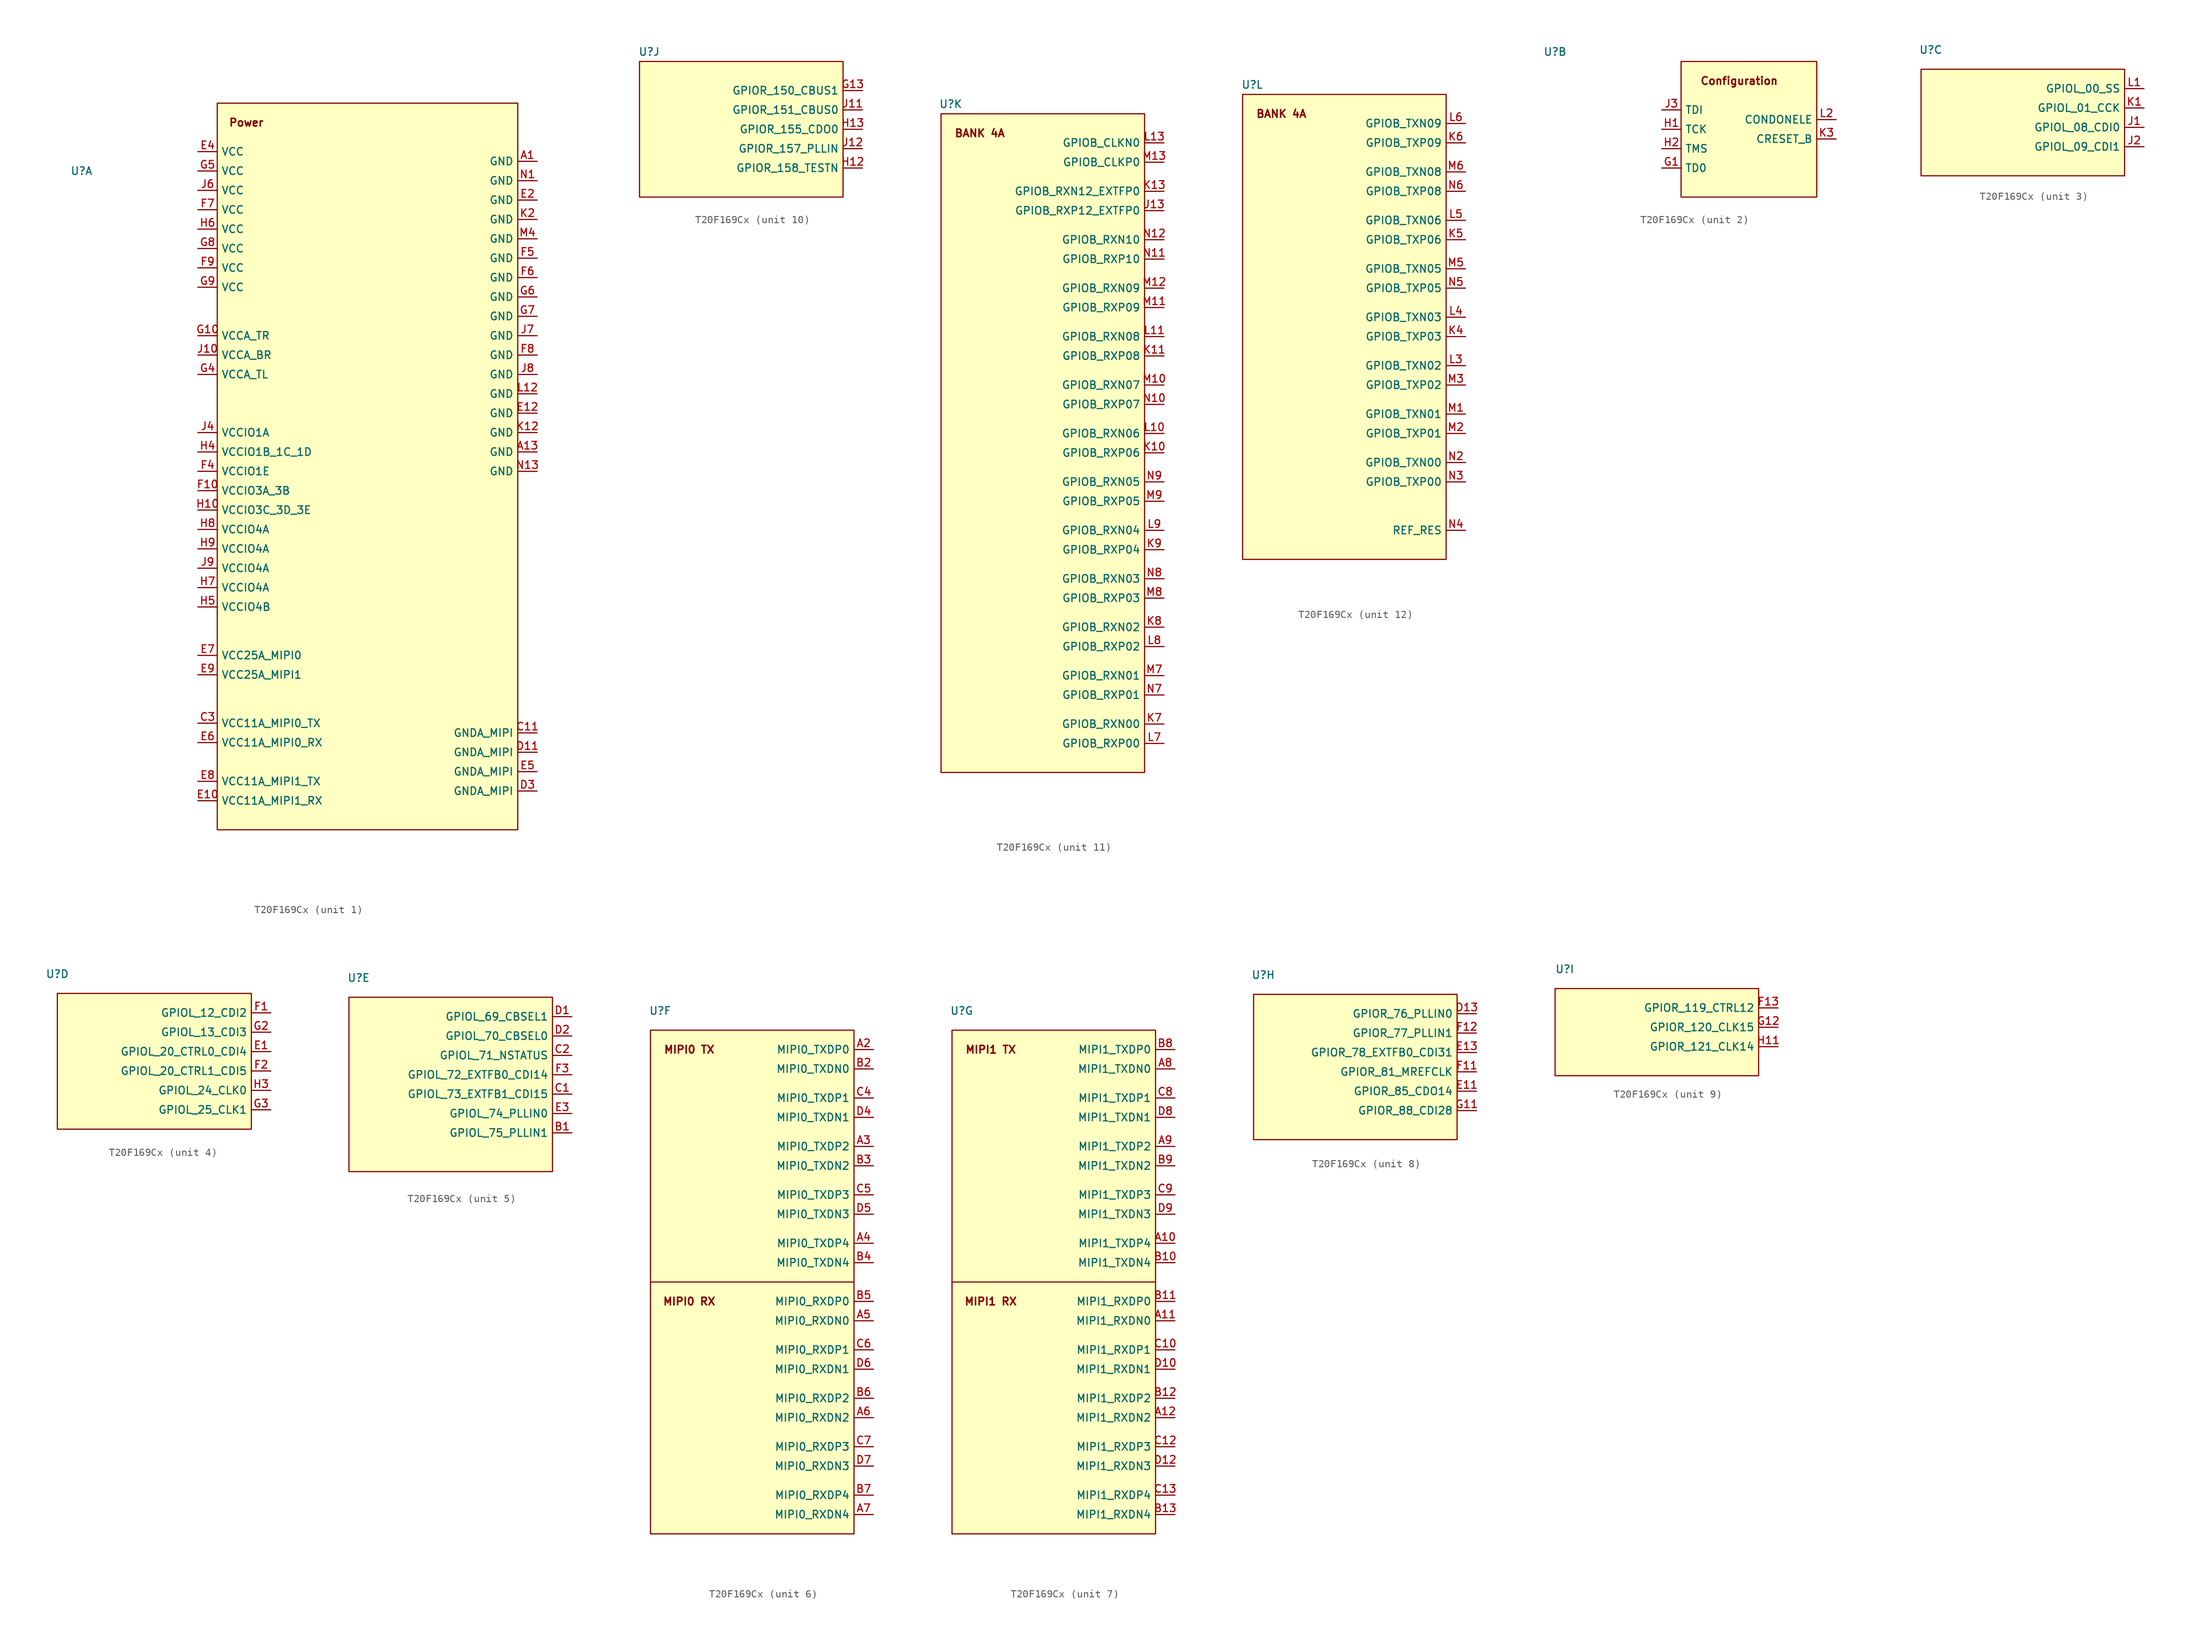
<source format=kicad_sym>
(kicad_symbol_lib
  (version 20230620)
  (generator kicad_symbol_editor)
  (symbol "T20F169Cx"
    (property "Reference" "U"
      (at -25.4 5.08 0)
      (effects (font (size 1 1))))
    (property "Value" ""
      (at -6.35 -5.08 0)
      (effects (font (size 1 1))))
    (property "ki_locked" ""
      (at 0 0 0)
      (effects (font (size 1.27 1.27))))
    (symbol "T20F169Cx_1_1"
      (rectangle (start -7.62 13.97) (end 31.75 -81.28) (stroke (width 0) (type default)) (fill (type background)))
      (text "Power" (at -3.81 11.43 0) (effects (font (size 1 1) bold)))
      (pin power_in line (at 34.29 6.35 180) (length 2.54) (name "GND" (effects (font (size 1 1)))) (number "A1" (effects (font (size 1 1)))))
      (pin power_in line (at 34.29 -31.75 180) (length 2.54) (name "GND" (effects (font (size 1 1)))) (number "A13" (effects (font (size 1 1)))))
      (pin power_in line (at 34.29 -68.58 180) (length 2.54) (name "GNDA_MIPI" (effects (font (size 1 1)))) (number "C11" (effects (font (size 1 1)))))
      (pin power_in line (at -10.16 -67.31 0) (length 2.54) (name "VCC11A_MIPI0_TX" (effects (font (size 1 1)))) (number "C3" (effects (font (size 1 1)))))
      (pin power_in line (at 34.29 -71.12 180) (length 2.54) (name "GNDA_MIPI" (effects (font (size 1 1)))) (number "D11" (effects (font (size 1 1)))))
      (pin power_in line (at 34.29 -76.2 180) (length 2.54) (name "GNDA_MIPI" (effects (font (size 1 1)))) (number "D3" (effects (font (size 1 1)))))
      (pin power_in line (at -10.16 -77.47 0) (length 2.54) (name "VCC11A_MIPI1_RX" (effects (font (size 1 1)))) (number "E10" (effects (font (size 1 1)))))
      (pin power_in line (at 34.29 -26.67 180) (length 2.54) (name "GND" (effects (font (size 1 1)))) (number "E12" (effects (font (size 1 1)))))
      (pin power_in line (at 34.29 1.27 180) (length 2.54) (name "GND" (effects (font (size 1 1)))) (number "E2" (effects (font (size 1 1)))))
      (pin power_in line (at -10.16 7.62 0) (length 2.54) (name "VCC" (effects (font (size 1 1)))) (number "E4" (effects (font (size 1 1)))))
      (pin power_in line (at 34.29 -73.66 180) (length 2.54) (name "GNDA_MIPI" (effects (font (size 1 1)))) (number "E5" (effects (font (size 1 1)))))
      (pin power_in line (at -10.16 -69.85 0) (length 2.54) (name "VCC11A_MIPI0_RX" (effects (font (size 1 1)))) (number "E6" (effects (font (size 1 1)))))
      (pin power_in line (at -10.16 -58.42 0) (length 2.54) (name "VCC25A_MIPI0" (effects (font (size 1 1)))) (number "E7" (effects (font (size 1 1)))))
      (pin power_in line (at -10.16 -74.93 0) (length 2.54) (name "VCC11A_MIPI1_TX" (effects (font (size 1 1)))) (number "E8" (effects (font (size 1 1)))))
      (pin power_in line (at -10.16 -60.96 0) (length 2.54) (name "VCC25A_MIPI1" (effects (font (size 1 1)))) (number "E9" (effects (font (size 1 1)))))
      (pin power_in line (at -10.16 -36.83 0) (length 2.54) (name "VCCIO3A_3B" (effects (font (size 1 1)))) (number "F10" (effects (font (size 1 1)))))
      (pin power_in line (at -10.16 -34.29 0) (length 2.54) (name "VCCIO1E" (effects (font (size 1 1)))) (number "F4" (effects (font (size 1 1)))))
      (pin power_in line (at 34.29 -6.35 180) (length 2.54) (name "GND" (effects (font (size 1 1)))) (number "F5" (effects (font (size 1 1)))))
      (pin power_in line (at 34.29 -8.89 180) (length 2.54) (name "GND" (effects (font (size 1 1)))) (number "F6" (effects (font (size 1 1)))))
      (pin power_in line (at -10.16 0 0) (length 2.54) (name "VCC" (effects (font (size 1 1)))) (number "F7" (effects (font (size 1 1)))))
      (pin power_in line (at 34.29 -19.05 180) (length 2.54) (name "GND" (effects (font (size 1 1)))) (number "F8" (effects (font (size 1 1)))))
      (pin power_in line (at -10.16 -7.62 0) (length 2.54) (name "VCC" (effects (font (size 1 1)))) (number "F9" (effects (font (size 1 1)))))
      (pin power_in line (at -10.16 -16.51 0) (length 2.54) (name "VCCA_TR" (effects (font (size 1 1)))) (number "G10" (effects (font (size 1 1)))))
      (pin power_in line (at -10.16 -21.59 0) (length 2.54) (name "VCCA_TL" (effects (font (size 1 1)))) (number "G4" (effects (font (size 1 1)))))
      (pin power_in line (at -10.16 5.08 0) (length 2.54) (name "VCC" (effects (font (size 1 1)))) (number "G5" (effects (font (size 1 1)))))
      (pin power_in line (at 34.29 -11.43 180) (length 2.54) (name "GND" (effects (font (size 1 1)))) (number "G6" (effects (font (size 1 1)))))
      (pin power_in line (at 34.29 -13.97 180) (length 2.54) (name "GND" (effects (font (size 1 1)))) (number "G7" (effects (font (size 1 1)))))
      (pin power_in line (at -10.16 -5.08 0) (length 2.54) (name "VCC" (effects (font (size 1 1)))) (number "G8" (effects (font (size 1 1)))))
      (pin power_in line (at -10.16 -10.16 0) (length 2.54) (name "VCC" (effects (font (size 1 1)))) (number "G9" (effects (font (size 1 1)))))
      (pin power_in line (at -10.16 -39.37 0) (length 2.54) (name "VCCIO3C_3D_3E" (effects (font (size 1 1)))) (number "H10" (effects (font (size 1 1)))))
      (pin power_in line (at -10.16 -31.75 0) (length 2.54) (name "VCCIO1B_1C_1D" (effects (font (size 1 1)))) (number "H4" (effects (font (size 1 1)))))
      (pin power_in line (at -10.16 -52.07 0) (length 2.54) (name "VCCIO4B" (effects (font (size 1 1)))) (number "H5" (effects (font (size 1 1)))))
      (pin power_in line (at -10.16 -2.54 0) (length 2.54) (name "VCC" (effects (font (size 1 1)))) (number "H6" (effects (font (size 1 1)))))
      (pin power_in line (at -10.16 -49.53 0) (length 2.54) (name "VCCIO4A" (effects (font (size 1 1)))) (number "H7" (effects (font (size 1 1)))))
      (pin power_in line (at -10.16 -41.91 0) (length 2.54) (name "VCCIO4A" (effects (font (size 1 1)))) (number "H8" (effects (font (size 1 1)))))
      (pin power_in line (at -10.16 -44.45 0) (length 2.54) (name "VCCIO4A" (effects (font (size 1 1)))) (number "H9" (effects (font (size 1 1)))))
      (pin power_in line (at -10.16 -19.05 0) (length 2.54) (name "VCCA_BR" (effects (font (size 1 1)))) (number "J10" (effects (font (size 1 1)))))
      (pin power_in line (at -10.16 -29.21 0) (length 2.54) (name "VCCIO1A" (effects (font (size 1 1)))) (number "J4" (effects (font (size 1 1)))))
      (pin power_in line (at -10.16 2.54 0) (length 2.54) (name "VCC" (effects (font (size 1 1)))) (number "J6" (effects (font (size 1 1)))))
      (pin power_in line (at 34.29 -16.51 180) (length 2.54) (name "GND" (effects (font (size 1 1)))) (number "J7" (effects (font (size 1 1)))))
      (pin power_in line (at 34.29 -21.59 180) (length 2.54) (name "GND" (effects (font (size 1 1)))) (number "J8" (effects (font (size 1 1)))))
      (pin power_in line (at -10.16 -46.99 0) (length 2.54) (name "VCCIO4A" (effects (font (size 1 1)))) (number "J9" (effects (font (size 1 1)))))
      (pin power_in line (at 34.29 -29.21 180) (length 2.54) (name "GND" (effects (font (size 1 1)))) (number "K12" (effects (font (size 1 1)))))
      (pin power_in line (at 34.29 -1.27 180) (length 2.54) (name "GND" (effects (font (size 1 1)))) (number "K2" (effects (font (size 1 1)))))
      (pin power_in line (at 34.29 -24.13 180) (length 2.54) (name "GND" (effects (font (size 1 1)))) (number "L12" (effects (font (size 1 1)))))
      (pin power_in line (at 34.29 -3.81 180) (length 2.54) (name "GND" (effects (font (size 1 1)))) (number "M4" (effects (font (size 1 1)))))
      (pin power_in line (at 34.29 3.81 180) (length 2.54) (name "GND" (effects (font (size 1 1)))) (number "N1" (effects (font (size 1 1)))))
      (pin power_in line (at 34.29 -34.29 180) (length 2.54) (name "GND" (effects (font (size 1 1)))) (number "N13" (effects (font (size 1 1))))))
    (symbol "T20F169Cx_2_1"
      (rectangle (start -8.89 3.81) (end 8.89 -13.97) (stroke (width 0) (type default)) (fill (type background)))
      (text "Configuration" (at -1.27 1.27 0) (effects (font (size 1 1) bold)))
      (pin output line (at -11.43 -10.16 0) (length 2.54) (name "TD0" (effects (font (size 1 1)))) (number "G1" (effects (font (size 1 1)))))
      (pin input line (at -11.43 -5.08 0) (length 2.54) (name "TCK" (effects (font (size 1 1)))) (number "H1" (effects (font (size 1 1)))))
      (pin input line (at -11.43 -7.62 0) (length 2.54) (name "TMS" (effects (font (size 1 1)))) (number "H2" (effects (font (size 1 1)))))
      (pin input line (at -11.43 -2.54 0) (length 2.54) (name "TDI" (effects (font (size 1 1)))) (number "J3" (effects (font (size 1 1)))))
      (pin input line (at 11.43 -6.35 180) (length 2.54) (name "CRESET_B" (effects (font (size 1 1)))) (number "K3" (effects (font (size 1 1)))))
      (pin output line (at 11.43 -3.81 180) (length 2.54) (name "CONDONELE" (effects (font (size 1 1)))) (number "L2" (effects (font (size 1 1))))))
    (symbol "T20F169Cx_3_1"
      (rectangle (start -26.67 2.54) (end 0 -11.43) (stroke (width 0) (type default)) (fill (type background)))
      (pin bidirectional line (at 2.54 -5.08 180) (length 2.54) (name "GPIOL_08_CDI0" (effects (font (size 1 1)))) (number "J1" (effects (font (size 1 1)))))
      (pin bidirectional line (at 2.54 -7.62 180) (length 2.54) (name "GPIOL_09_CDI1" (effects (font (size 1 1)))) (number "J2" (effects (font (size 1 1)))))
      (pin bidirectional line (at 2.54 -2.54 180) (length 2.54) (name "GPIOL_01_CCK" (effects (font (size 1 1)))) (number "K1" (effects (font (size 1 1)))))
      (pin bidirectional line (at 2.54 0 180) (length 2.54) (name "GPIOL_00_SS" (effects (font (size 1 1)))) (number "L1" (effects (font (size 1 1))))))
    (symbol "T20F169Cx_4_0"
      (pin bidirectional line (at 2.54 -2.54 180) (length 2.54) (name "GPIOL_13_CDI3" (effects (font (size 1 1)))) (number "G2" (effects (font (size 1 1)))))
      (pin bidirectional line (at 2.54 -12.7 180) (length 2.54) (name "GPIOL_25_CLK1" (effects (font (size 1 1)))) (number "G3" (effects (font (size 1 1)))))
      (pin bidirectional line (at 2.54 -10.16 180) (length 2.54) (name "GPIOL_24_CLK0" (effects (font (size 1 1)))) (number "H3" (effects (font (size 1 1))))))
    (symbol "T20F169Cx_4_1"
      (rectangle (start -25.4 2.54) (end 0 -15.24) (stroke (width 0) (type default)) (fill (type background)))
      (pin bidirectional line (at 2.54 -5.08 180) (length 2.54) (name "GPIOL_20_CTRL0_CDI4" (effects (font (size 1 1)))) (number "E1" (effects (font (size 1 1)))))
      (pin bidirectional line (at 2.54 0 180) (length 2.54) (name "GPIOL_12_CDI2" (effects (font (size 1 1)))) (number "F1" (effects (font (size 1 1)))))
      (pin bidirectional line (at 2.54 -7.62 180) (length 2.54) (name "GPIOL_20_CTRL1_CDI5" (effects (font (size 1 1)))) (number "F2" (effects (font (size 1 1))))))
    (symbol "T20F169Cx_5_0"
      (pin bidirectional line (at 2.54 -15.24 180) (length 2.54) (name "GPIOL_75_PLLIN1" (effects (font (size 1 1)))) (number "B1" (effects (font (size 1 1)))))
      (pin bidirectional line (at 2.54 -10.16 180) (length 2.54) (name "GPIOL_73_EXTFB1_CDI15" (effects (font (size 1 1)))) (number "C1" (effects (font (size 1 1)))))
      (pin bidirectional line (at 2.54 -2.54 180) (length 2.54) (name "GPIOL_70_CBSEL0" (effects (font (size 1 1)))) (number "D2" (effects (font (size 1 1)))))
      (pin bidirectional line (at 2.54 -12.7 180) (length 2.54) (name "GPIOL_74_PLLIN0" (effects (font (size 1 1)))) (number "E3" (effects (font (size 1 1))))))
    (symbol "T20F169Cx_5_1"
      (rectangle (start -26.67 2.54) (end 0 -20.32) (stroke (width 0) (type default)) (fill (type background)))
      (pin bidirectional line (at 2.54 -5.08 180) (length 2.54) (name "GPIOL_71_NSTATUS" (effects (font (size 1 1)))) (number "C2" (effects (font (size 1 1)))))
      (pin bidirectional line (at 2.54 0 180) (length 2.54) (name "GPIOL_69_CBSEL1" (effects (font (size 1 1)))) (number "D1" (effects (font (size 1 1)))))
      (pin bidirectional line (at 2.54 -7.62 180) (length 2.54) (name "GPIOL_72_EXTFB0_CDI14" (effects (font (size 1 1)))) (number "F3" (effects (font (size 1 1))))))
    (symbol "T20F169Cx_6_1"
      (rectangle (start -26.67 2.54) (end 0 -63.5) (stroke (width 0) (type default)) (fill (type background)))
      (polyline (pts (xy -26.67 -30.48) (xy 0 -30.48)) (stroke (width 0) (type default)) (fill (type none)))
      (text "MIPI0 RX" (at -21.59 -33.02 0) (effects (font (size 1 1) bold)))
      (text "MIPI0 TX" (at -21.59 0 0) (effects (font (size 1 1) bold)))
      (pin bidirectional line (at 2.54 0 180) (length 2.54) (name "MIPI0_TXDP0" (effects (font (size 1 1)))) (number "A2" (effects (font (size 1 1)))))
      (pin bidirectional line (at 2.54 -12.7 180) (length 2.54) (name "MIPI0_TXDP2" (effects (font (size 1 1)))) (number "A3" (effects (font (size 1 1)))))
      (pin bidirectional line (at 2.54 -25.4 180) (length 2.54) (name "MIPI0_TXDP4" (effects (font (size 1 1)))) (number "A4" (effects (font (size 1 1)))))
      (pin bidirectional line (at 2.54 -35.56 180) (length 2.54) (name "MIPI0_RXDN0" (effects (font (size 1 1)))) (number "A5" (effects (font (size 1 1)))))
      (pin bidirectional line (at 2.54 -48.26 180) (length 2.54) (name "MIPI0_RXDN2" (effects (font (size 1 1)))) (number "A6" (effects (font (size 1 1)))))
      (pin bidirectional line (at 2.54 -60.96 180) (length 2.54) (name "MIPI0_RXDN4" (effects (font (size 1 1)))) (number "A7" (effects (font (size 1 1)))))
      (pin bidirectional line (at 2.54 -2.54 180) (length 2.54) (name "MIPI0_TXDN0" (effects (font (size 1 1)))) (number "B2" (effects (font (size 1 1)))))
      (pin bidirectional line (at 2.54 -15.24 180) (length 2.54) (name "MIPI0_TXDN2" (effects (font (size 1 1)))) (number "B3" (effects (font (size 1 1)))))
      (pin bidirectional line (at 2.54 -27.94 180) (length 2.54) (name "MIPI0_TXDN4" (effects (font (size 1 1)))) (number "B4" (effects (font (size 1 1)))))
      (pin bidirectional line (at 2.54 -33.02 180) (length 2.54) (name "MIPI0_RXDP0" (effects (font (size 1 1)))) (number "B5" (effects (font (size 1 1)))))
      (pin bidirectional line (at 2.54 -45.72 180) (length 2.54) (name "MIPI0_RXDP2" (effects (font (size 1 1)))) (number "B6" (effects (font (size 1 1)))))
      (pin bidirectional line (at 2.54 -58.42 180) (length 2.54) (name "MIPI0_RXDP4" (effects (font (size 1 1)))) (number "B7" (effects (font (size 1 1)))))
      (pin bidirectional line (at 2.54 -6.35 180) (length 2.54) (name "MIPI0_TXDP1" (effects (font (size 1 1)))) (number "C4" (effects (font (size 1 1)))))
      (pin bidirectional line (at 2.54 -19.05 180) (length 2.54) (name "MIPI0_TXDP3" (effects (font (size 1 1)))) (number "C5" (effects (font (size 1 1)))))
      (pin bidirectional line (at 2.54 -39.37 180) (length 2.54) (name "MIPI0_RXDP1" (effects (font (size 1 1)))) (number "C6" (effects (font (size 1 1)))))
      (pin bidirectional line (at 2.54 -52.07 180) (length 2.54) (name "MIPI0_RXDP3" (effects (font (size 1 1)))) (number "C7" (effects (font (size 1 1)))))
      (pin bidirectional line (at 2.54 -8.89 180) (length 2.54) (name "MIPI0_TXDN1" (effects (font (size 1 1)))) (number "D4" (effects (font (size 1 1)))))
      (pin bidirectional line (at 2.54 -21.59 180) (length 2.54) (name "MIPI0_TXDN3" (effects (font (size 1 1)))) (number "D5" (effects (font (size 1 1)))))
      (pin bidirectional line (at 2.54 -41.91 180) (length 2.54) (name "MIPI0_RXDN1" (effects (font (size 1 1)))) (number "D6" (effects (font (size 1 1)))))
      (pin bidirectional line (at 2.54 -54.61 180) (length 2.54) (name "MIPI0_RXDN3" (effects (font (size 1 1)))) (number "D7" (effects (font (size 1 1))))))
    (symbol "T20F169Cx_7_1"
      (rectangle (start -26.67 2.54) (end 0 -63.5) (stroke (width 0) (type default)) (fill (type background)))
      (polyline (pts (xy 0 -30.48) (xy -26.67 -30.48)) (stroke (width 0) (type default)) (fill (type none)))
      (text "MIPI1 RX" (at -21.59 -33.02 0) (effects (font (size 1 1) bold)))
      (text "MIPI1 TX" (at -21.59 0 0) (effects (font (size 1 1) bold)))
      (pin bidirectional line (at 2.54 -25.4 180) (length 2.54) (name "MIPI1_TXDP4" (effects (font (size 1 1)))) (number "A10" (effects (font (size 1 1)))))
      (pin bidirectional line (at 2.54 -35.56 180) (length 2.54) (name "MIPI1_RXDN0" (effects (font (size 1 1)))) (number "A11" (effects (font (size 1 1)))))
      (pin bidirectional line (at 2.54 -48.26 180) (length 2.54) (name "MIPI1_RXDN2" (effects (font (size 1 1)))) (number "A12" (effects (font (size 1 1)))))
      (pin bidirectional line (at 2.54 -2.54 180) (length 2.54) (name "MIPI1_TXDN0" (effects (font (size 1 1)))) (number "A8" (effects (font (size 1 1)))))
      (pin bidirectional line (at 2.54 -12.7 180) (length 2.54) (name "MIPI1_TXDP2" (effects (font (size 1 1)))) (number "A9" (effects (font (size 1 1)))))
      (pin bidirectional line (at 2.54 -27.94 180) (length 2.54) (name "MIPI1_TXDN4" (effects (font (size 1 1)))) (number "B10" (effects (font (size 1 1)))))
      (pin bidirectional line (at 2.54 -33.02 180) (length 2.54) (name "MIPI1_RXDP0" (effects (font (size 1 1)))) (number "B11" (effects (font (size 1 1)))))
      (pin bidirectional line (at 2.54 -45.72 180) (length 2.54) (name "MIPI1_RXDP2" (effects (font (size 1 1)))) (number "B12" (effects (font (size 1 1)))))
      (pin bidirectional line (at 2.54 -60.96 180) (length 2.54) (name "MIPI1_RXDN4" (effects (font (size 1 1)))) (number "B13" (effects (font (size 1 1)))))
      (pin bidirectional line (at 2.54 0 180) (length 2.54) (name "MIPI1_TXDP0" (effects (font (size 1 1)))) (number "B8" (effects (font (size 1 1)))))
      (pin bidirectional line (at 2.54 -15.24 180) (length 2.54) (name "MIPI1_TXDN2" (effects (font (size 1 1)))) (number "B9" (effects (font (size 1 1)))))
      (pin bidirectional line (at 2.54 -39.37 180) (length 2.54) (name "MIPI1_RXDP1" (effects (font (size 1 1)))) (number "C10" (effects (font (size 1 1)))))
      (pin bidirectional line (at 2.54 -52.07 180) (length 2.54) (name "MIPI1_RXDP3" (effects (font (size 1 1)))) (number "C12" (effects (font (size 1 1)))))
      (pin bidirectional line (at 2.54 -58.42 180) (length 2.54) (name "MIPI1_RXDP4" (effects (font (size 1 1)))) (number "C13" (effects (font (size 1 1)))))
      (pin bidirectional line (at 2.54 -6.35 180) (length 2.54) (name "MIPI1_TXDP1" (effects (font (size 1 1)))) (number "C8" (effects (font (size 1 1)))))
      (pin bidirectional line (at 2.54 -19.05 180) (length 2.54) (name "MIPI1_TXDP3" (effects (font (size 1 1)))) (number "C9" (effects (font (size 1 1)))))
      (pin bidirectional line (at 2.54 -41.91 180) (length 2.54) (name "MIPI1_RXDN1" (effects (font (size 1 1)))) (number "D10" (effects (font (size 1 1)))))
      (pin bidirectional line (at 2.54 -54.61 180) (length 2.54) (name "MIPI1_RXDN3" (effects (font (size 1 1)))) (number "D12" (effects (font (size 1 1)))))
      (pin bidirectional line (at 2.54 -8.89 180) (length 2.54) (name "MIPI1_TXDN1" (effects (font (size 1 1)))) (number "D8" (effects (font (size 1 1)))))
      (pin bidirectional line (at 2.54 -21.59 180) (length 2.54) (name "MIPI1_TXDN3" (effects (font (size 1 1)))) (number "D9" (effects (font (size 1 1))))))
    (symbol "T20F169Cx_8_0"
      (pin bidirectional line (at 2.54 -10.16 180) (length 2.54) (name "GPIOR_85_CDO14" (effects (font (size 1 1)))) (number "E11" (effects (font (size 1 1)))))
      (pin bidirectional line (at 2.54 -2.54 180) (length 2.54) (name "GPIOR_77_PLLIN1" (effects (font (size 1 1)))) (number "F12" (effects (font (size 1 1)))))
      (pin bidirectional line (at 2.54 -12.7 180) (length 2.54) (name "GPIOR_88_CDI28" (effects (font (size 1 1)))) (number "G11" (effects (font (size 1 1))))))
    (symbol "T20F169Cx_8_1"
      (rectangle (start -26.67 2.54) (end 0 -16.51) (stroke (width 0) (type default)) (fill (type background)))
      (pin bidirectional line (at 2.54 0 180) (length 2.54) (name "GPIOR_76_PLLIN0" (effects (font (size 1 1)))) (number "D13" (effects (font (size 1 1)))))
      (pin bidirectional line (at 2.54 -5.08 180) (length 2.54) (name "GPIOR_78_EXTFB0_CDI31" (effects (font (size 1 1)))) (number "E13" (effects (font (size 1 1)))))
      (pin bidirectional line (at 2.54 -7.62 180) (length 2.54) (name "GPIOR_81_MREFCLK" (effects (font (size 1 1)))) (number "F11" (effects (font (size 1 1))))))
    (symbol "T20F169Cx_9_0"
      (pin bidirectional line (at 2.54 -2.54 180) (length 2.54) (name "GPIOR_120_CLK15" (effects (font (size 1 1)))) (number "G12" (effects (font (size 1 1))))))
    (symbol "T20F169Cx_9_1"
      (rectangle (start -26.67 2.54) (end 0 -8.89) (stroke (width 0) (type default)) (fill (type background)))
      (pin bidirectional line (at 2.54 0 180) (length 2.54) (name "GPIOR_119_CTRL12" (effects (font (size 1 1)))) (number "F13" (effects (font (size 1 1)))))
      (pin bidirectional line (at 2.54 -5.08 180) (length 2.54) (name "GPIOR_121_CLK14" (effects (font (size 1 1)))) (number "H11" (effects (font (size 1 1))))))
    (symbol "T20F169Cx_10_0"
      (pin bidirectional line (at 2.54 -10.16 180) (length 2.54) (name "GPIOR_158_TESTN" (effects (font (size 1 1)))) (number "H12" (effects (font (size 1 1)))))
      (pin bidirectional line (at 2.54 -2.54 180) (length 2.54) (name "GPIOR_151_CBUS0" (effects (font (size 1 1)))) (number "J11" (effects (font (size 1 1))))))
    (symbol "T20F169Cx_10_1"
      (rectangle (start -26.67 3.81) (end 0 -13.97) (stroke (width 0) (type default)) (fill (type background)))
      (pin bidirectional line (at 2.54 0 180) (length 2.54) (name "GPIOR_150_CBUS1" (effects (font (size 1 1)))) (number "G13" (effects (font (size 1 1)))))
      (pin bidirectional line (at 2.54 -5.08 180) (length 2.54) (name "GPIOR_155_CDO0" (effects (font (size 1 1)))) (number "H13" (effects (font (size 1 1)))))
      (pin bidirectional line (at 2.54 -7.62 180) (length 2.54) (name "GPIOR_157_PLLIN" (effects (font (size 1 1)))) (number "J12" (effects (font (size 1 1))))))
    (symbol "T20F169Cx_11_0"
      (pin bidirectional line (at 2.54 -8.89 180) (length 2.54) (name "GPIOB_RXP12_EXTFP0" (effects (font (size 1 1)))) (number "J13" (effects (font (size 1 1)))))
      (pin bidirectional line (at 2.54 -40.64 180) (length 2.54) (name "GPIOB_RXP06" (effects (font (size 1 1)))) (number "K10" (effects (font (size 1 1)))))
      (pin bidirectional line (at 2.54 -27.94 180) (length 2.54) (name "GPIOB_RXP08" (effects (font (size 1 1)))) (number "K11" (effects (font (size 1 1)))))
      (pin bidirectional line (at 2.54 -6.35 180) (length 2.54) (name "GPIOB_RXN12_EXTFP0" (effects (font (size 1 1)))) (number "K13" (effects (font (size 1 1)))))
      (pin bidirectional line (at 2.54 -76.2 180) (length 2.54) (name "GPIOB_RXN00" (effects (font (size 1 1)))) (number "K7" (effects (font (size 1 1)))))
      (pin bidirectional line (at 2.54 -63.5 180) (length 2.54) (name "GPIOB_RXN02" (effects (font (size 1 1)))) (number "K8" (effects (font (size 1 1)))))
      (pin bidirectional line (at 2.54 -53.34 180) (length 2.54) (name "GPIOB_RXP04" (effects (font (size 1 1)))) (number "K9" (effects (font (size 1 1)))))
      (pin bidirectional line (at 2.54 -38.1 180) (length 2.54) (name "GPIOB_RXN06" (effects (font (size 1 1)))) (number "L10" (effects (font (size 1 1)))))
      (pin bidirectional line (at 2.54 -25.4 180) (length 2.54) (name "GPIOB_RXN08" (effects (font (size 1 1)))) (number "L11" (effects (font (size 1 1)))))
      (pin bidirectional line (at 2.54 0 180) (length 2.54) (name "GPIOB_CLKN0" (effects (font (size 1 1)))) (number "L13" (effects (font (size 1 1)))))
      (pin bidirectional line (at 2.54 -78.74 180) (length 2.54) (name "GPIOB_RXP00" (effects (font (size 1 1)))) (number "L7" (effects (font (size 1 1)))))
      (pin bidirectional line (at 2.54 -66.04 180) (length 2.54) (name "GPIOB_RXP02" (effects (font (size 1 1)))) (number "L8" (effects (font (size 1 1)))))
      (pin bidirectional line (at 2.54 -50.8 180) (length 2.54) (name "GPIOB_RXN04" (effects (font (size 1 1)))) (number "L9" (effects (font (size 1 1)))))
      (pin bidirectional line (at 2.54 -31.75 180) (length 2.54) (name "GPIOB_RXN07" (effects (font (size 1 1)))) (number "M10" (effects (font (size 1 1)))))
      (pin bidirectional line (at 2.54 -21.59 180) (length 2.54) (name "GPIOB_RXP09" (effects (font (size 1 1)))) (number "M11" (effects (font (size 1 1)))))
      (pin bidirectional line (at 2.54 -19.05 180) (length 2.54) (name "GPIOB_RXN09" (effects (font (size 1 1)))) (number "M12" (effects (font (size 1 1)))))
      (pin bidirectional line (at 2.54 -2.54 180) (length 2.54) (name "GPIOB_CLKP0" (effects (font (size 1 1)))) (number "M13" (effects (font (size 1 1)))))
      (pin bidirectional line (at 2.54 -69.85 180) (length 2.54) (name "GPIOB_RXN01" (effects (font (size 1 1)))) (number "M7" (effects (font (size 1 1)))))
      (pin bidirectional line (at 2.54 -59.69 180) (length 2.54) (name "GPIOB_RXP03" (effects (font (size 1 1)))) (number "M8" (effects (font (size 1 1)))))
      (pin bidirectional line (at 2.54 -46.99 180) (length 2.54) (name "GPIOB_RXP05" (effects (font (size 1 1)))) (number "M9" (effects (font (size 1 1)))))
      (pin bidirectional line (at 2.54 -34.29 180) (length 2.54) (name "GPIOB_RXP07" (effects (font (size 1 1)))) (number "N10" (effects (font (size 1 1)))))
      (pin bidirectional line (at 2.54 -15.24 180) (length 2.54) (name "GPIOB_RXP10" (effects (font (size 1 1)))) (number "N11" (effects (font (size 1 1)))))
      (pin bidirectional line (at 2.54 -12.7 180) (length 2.54) (name "GPIOB_RXN10" (effects (font (size 1 1)))) (number "N12" (effects (font (size 1 1)))))
      (pin bidirectional line (at 2.54 -72.39 180) (length 2.54) (name "GPIOB_RXP01" (effects (font (size 1 1)))) (number "N7" (effects (font (size 1 1)))))
      (pin bidirectional line (at 2.54 -57.15 180) (length 2.54) (name "GPIOB_RXN03" (effects (font (size 1 1)))) (number "N8" (effects (font (size 1 1)))))
      (pin bidirectional line (at 2.54 -44.45 180) (length 2.54) (name "GPIOB_RXN05" (effects (font (size 1 1)))) (number "N9" (effects (font (size 1 1))))))
    (symbol "T20F169Cx_11_1"
      (rectangle (start -26.67 3.81) (end 0 -82.55) (stroke (width 0) (type default)) (fill (type background)))
      (text "BANK 4A" (at -21.59 1.27 0) (effects (font (size 1 1) bold))))
    (symbol "T20F169Cx_12_0"
      (pin bidirectional line (at 2.54 -27.94 180) (length 2.54) (name "GPIOB_TXP03" (effects (font (size 1 1)))) (number "K4" (effects (font (size 1 1)))))
      (pin bidirectional line (at 2.54 -15.24 180) (length 2.54) (name "GPIOB_TXP06" (effects (font (size 1 1)))) (number "K5" (effects (font (size 1 1)))))
      (pin bidirectional line (at 2.54 -2.54 180) (length 2.54) (name "GPIOB_TXP09" (effects (font (size 1 1)))) (number "K6" (effects (font (size 1 1)))))
      (pin bidirectional line (at 2.54 -31.75 180) (length 2.54) (name "GPIOB_TXN02" (effects (font (size 1 1)))) (number "L3" (effects (font (size 1 1)))))
      (pin bidirectional line (at 2.54 -25.4 180) (length 2.54) (name "GPIOB_TXN03" (effects (font (size 1 1)))) (number "L4" (effects (font (size 1 1)))))
      (pin bidirectional line (at 2.54 -12.7 180) (length 2.54) (name "GPIOB_TXN06" (effects (font (size 1 1)))) (number "L5" (effects (font (size 1 1)))))
      (pin bidirectional line (at 2.54 0 180) (length 2.54) (name "GPIOB_TXN09" (effects (font (size 1 1)))) (number "L6" (effects (font (size 1 1)))))
      (pin bidirectional line (at 2.54 -38.1 180) (length 2.54) (name "GPIOB_TXN01" (effects (font (size 1 1)))) (number "M1" (effects (font (size 1 1)))))
      (pin bidirectional line (at 2.54 -40.64 180) (length 2.54) (name "GPIOB_TXP01" (effects (font (size 1 1)))) (number "M2" (effects (font (size 1 1)))))
      (pin bidirectional line (at 2.54 -34.29 180) (length 2.54) (name "GPIOB_TXP02" (effects (font (size 1 1)))) (number "M3" (effects (font (size 1 1)))))
      (pin bidirectional line (at 2.54 -19.05 180) (length 2.54) (name "GPIOB_TXN05" (effects (font (size 1 1)))) (number "M5" (effects (font (size 1 1)))))
      (pin bidirectional line (at 2.54 -6.35 180) (length 2.54) (name "GPIOB_TXN08" (effects (font (size 1 1)))) (number "M6" (effects (font (size 1 1)))))
      (pin bidirectional line (at 2.54 -44.45 180) (length 2.54) (name "GPIOB_TXN00" (effects (font (size 1 1)))) (number "N2" (effects (font (size 1 1)))))
      (pin bidirectional line (at 2.54 -46.99 180) (length 2.54) (name "GPIOB_TXP00" (effects (font (size 1 1)))) (number "N3" (effects (font (size 1 1)))))
      (pin input line (at 2.54 -53.34 180) (length 2.54) (name "REF_RES" (effects (font (size 1 1)))) (number "N4" (effects (font (size 1 1)))))
      (pin bidirectional line (at 2.54 -21.59 180) (length 2.54) (name "GPIOB_TXP05" (effects (font (size 1 1)))) (number "N5" (effects (font (size 1 1)))))
      (pin bidirectional line (at 2.54 -8.89 180) (length 2.54) (name "GPIOB_TXP08" (effects (font (size 1 1)))) (number "N6" (effects (font (size 1 1))))))
    (symbol "T20F169Cx_12_1"
      (rectangle (start -26.67 3.81) (end 0 -57.15) (stroke (width 0) (type default)) (fill (type background)))
      (text "BANK 4A" (at -21.59 1.27 0) (effects (font (size 1 1) bold))))))
</source>
